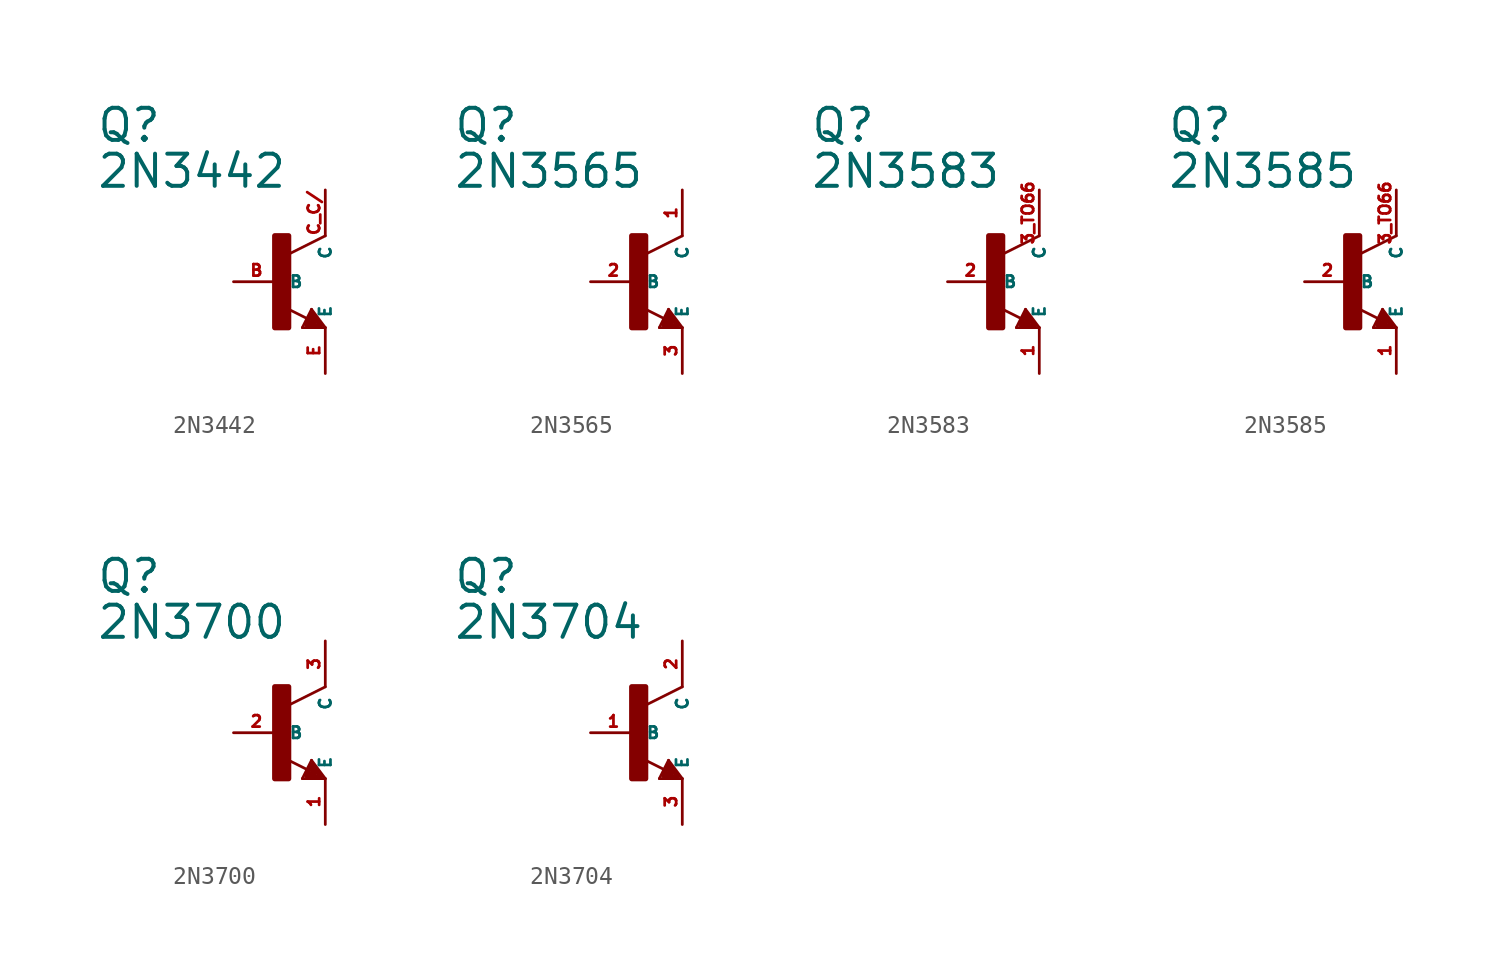
<source format=kicad_sym>
(kicad_symbol_lib
  (version 20220914)
  (generator Eagle2Kicad)
  (symbol "2N3442"
    (property "Reference" "Q"
      (at -10.16 7.62 0)
      (effects (font (size 1.778 1.778) (thickness 0.22)) (justify left bottom)))
    (property "Value" "2N3442"
      (at -10.16 5.08 0)
      (effects (font (size 1.778 1.778) (thickness 0.22)) (justify left bottom)))
    (polyline
      (pts (xy 2.54 2.54) (xy 0.508 1.524))
      (stroke (width 0.152) (type default))
      (fill (type none)))
    (polyline
      (pts (xy 1.778 -1.524) (xy 2.54 -2.54))
      (stroke (width 0.152) (type default))
      (fill (type none)))
    (polyline
      (pts (xy 2.54 -2.54) (xy 1.27 -2.54))
      (stroke (width 0.152) (type default))
      (fill (type none)))
    (polyline
      (pts (xy 1.27 -2.54) (xy 1.778 -1.524))
      (stroke (width 0.152) (type default))
      (fill (type none)))
    (polyline
      (pts (xy 1.54 -2.04) (xy 0.308 -1.424))
      (stroke (width 0.152) (type default))
      (fill (type none)))
    (polyline
      (pts (xy 1.524 -2.413) (xy 2.286 -2.413))
      (stroke (width 0.254) (type default))
      (fill (type none)))
    (polyline
      (pts (xy 2.286 -2.413) (xy 1.778 -1.778))
      (stroke (width 0.254) (type default))
      (fill (type none)))
    (polyline
      (pts (xy 1.778 -1.778) (xy 1.524 -2.286))
      (stroke (width 0.254) (type default))
      (fill (type none)))
    (polyline
      (pts (xy 1.524 -2.286) (xy 1.905 -2.286))
      (stroke (width 0.254) (type default))
      (fill (type none)))
    (polyline
      (pts (xy 1.905 -2.286) (xy 1.778 -2.032))
      (stroke (width 0.254) (type default))
      (fill (type none)))
    (rectangle
      (start -0.254 -2.54)
      (end 0.508 2.54)
      (stroke (width 0.3) (type default))
      (fill (type outline)))
    (pin passive line
      (at -2.54 0 0)
      (length 2.54)
      (name "B" (effects (font (size 0.635 0.635) (thickness 0.08)) (justify left bottom)))
      (number "B" (effects (font (size 0.635 0.635) (thickness 0.08)) (justify left bottom))))
    (pin passive line
      (at 2.54 -5.08 90)
      (length 2.54)
      (name "E" (effects (font (size 0.635 0.635) (thickness 0.08)) (justify left bottom)))
      (number "E" (effects (font (size 0.635 0.635) (thickness 0.08)) (justify left bottom))))
    (pin passive line
      (at 2.54 5.08 270)
      (length 2.54)
      (name "C" (effects (font (size 0.635 0.635) (thickness 0.08)) (justify left bottom)))
      (number "C C/" (effects (font (size 0.635 0.635) (thickness 0.08)) (justify left bottom)))))
  (symbol "2N3565"
    (property "Reference" "Q"
      (at -10.16 7.62 0)
      (effects (font (size 1.778 1.778) (thickness 0.22)) (justify left bottom)))
    (property "Value" "2N3565"
      (at -10.16 5.08 0)
      (effects (font (size 1.778 1.778) (thickness 0.22)) (justify left bottom)))
    (polyline
      (pts (xy 2.54 2.54) (xy 0.508 1.524))
      (stroke (width 0.152) (type default))
      (fill (type none)))
    (polyline
      (pts (xy 1.778 -1.524) (xy 2.54 -2.54))
      (stroke (width 0.152) (type default))
      (fill (type none)))
    (polyline
      (pts (xy 2.54 -2.54) (xy 1.27 -2.54))
      (stroke (width 0.152) (type default))
      (fill (type none)))
    (polyline
      (pts (xy 1.27 -2.54) (xy 1.778 -1.524))
      (stroke (width 0.152) (type default))
      (fill (type none)))
    (polyline
      (pts (xy 1.54 -2.04) (xy 0.308 -1.424))
      (stroke (width 0.152) (type default))
      (fill (type none)))
    (polyline
      (pts (xy 1.524 -2.413) (xy 2.286 -2.413))
      (stroke (width 0.254) (type default))
      (fill (type none)))
    (polyline
      (pts (xy 2.286 -2.413) (xy 1.778 -1.778))
      (stroke (width 0.254) (type default))
      (fill (type none)))
    (polyline
      (pts (xy 1.778 -1.778) (xy 1.524 -2.286))
      (stroke (width 0.254) (type default))
      (fill (type none)))
    (polyline
      (pts (xy 1.524 -2.286) (xy 1.905 -2.286))
      (stroke (width 0.254) (type default))
      (fill (type none)))
    (polyline
      (pts (xy 1.905 -2.286) (xy 1.778 -2.032))
      (stroke (width 0.254) (type default))
      (fill (type none)))
    (rectangle
      (start -0.254 -2.54)
      (end 0.508 2.54)
      (stroke (width 0.3) (type default))
      (fill (type outline)))
    (pin passive line
      (at -2.54 0 0)
      (length 2.54)
      (name "B" (effects (font (size 0.635 0.635) (thickness 0.08)) (justify left bottom)))
      (number "2" (effects (font (size 0.635 0.635) (thickness 0.08)) (justify left bottom))))
    (pin passive line
      (at 2.54 -5.08 90)
      (length 2.54)
      (name "E" (effects (font (size 0.635 0.635) (thickness 0.08)) (justify left bottom)))
      (number "3" (effects (font (size 0.635 0.635) (thickness 0.08)) (justify left bottom))))
    (pin passive line
      (at 2.54 5.08 270)
      (length 2.54)
      (name "C" (effects (font (size 0.635 0.635) (thickness 0.08)) (justify left bottom)))
      (number "1" (effects (font (size 0.635 0.635) (thickness 0.08)) (justify left bottom)))))
  (symbol "2N3583"
    (property "Reference" "Q"
      (at -10.16 7.62 0)
      (effects (font (size 1.778 1.778) (thickness 0.22)) (justify left bottom)))
    (property "Value" "2N3583"
      (at -10.16 5.08 0)
      (effects (font (size 1.778 1.778) (thickness 0.22)) (justify left bottom)))
    (polyline
      (pts (xy 2.54 2.54) (xy 0.508 1.524))
      (stroke (width 0.152) (type default))
      (fill (type none)))
    (polyline
      (pts (xy 1.778 -1.524) (xy 2.54 -2.54))
      (stroke (width 0.152) (type default))
      (fill (type none)))
    (polyline
      (pts (xy 2.54 -2.54) (xy 1.27 -2.54))
      (stroke (width 0.152) (type default))
      (fill (type none)))
    (polyline
      (pts (xy 1.27 -2.54) (xy 1.778 -1.524))
      (stroke (width 0.152) (type default))
      (fill (type none)))
    (polyline
      (pts (xy 1.54 -2.04) (xy 0.308 -1.424))
      (stroke (width 0.152) (type default))
      (fill (type none)))
    (polyline
      (pts (xy 1.524 -2.413) (xy 2.286 -2.413))
      (stroke (width 0.254) (type default))
      (fill (type none)))
    (polyline
      (pts (xy 2.286 -2.413) (xy 1.778 -1.778))
      (stroke (width 0.254) (type default))
      (fill (type none)))
    (polyline
      (pts (xy 1.778 -1.778) (xy 1.524 -2.286))
      (stroke (width 0.254) (type default))
      (fill (type none)))
    (polyline
      (pts (xy 1.524 -2.286) (xy 1.905 -2.286))
      (stroke (width 0.254) (type default))
      (fill (type none)))
    (polyline
      (pts (xy 1.905 -2.286) (xy 1.778 -2.032))
      (stroke (width 0.254) (type default))
      (fill (type none)))
    (rectangle
      (start -0.254 -2.54)
      (end 0.508 2.54)
      (stroke (width 0.3) (type default))
      (fill (type outline)))
    (pin passive line
      (at -2.54 0 0)
      (length 2.54)
      (name "B" (effects (font (size 0.635 0.635) (thickness 0.08)) (justify left bottom)))
      (number "2" (effects (font (size 0.635 0.635) (thickness 0.08)) (justify left bottom))))
    (pin passive line
      (at 2.54 -5.08 90)
      (length 2.54)
      (name "E" (effects (font (size 0.635 0.635) (thickness 0.08)) (justify left bottom)))
      (number "1" (effects (font (size 0.635 0.635) (thickness 0.08)) (justify left bottom))))
    (pin passive line
      (at 2.54 5.08 270)
      (length 2.54)
      (name "C" (effects (font (size 0.635 0.635) (thickness 0.08)) (justify left bottom)))
      (number "3 TO66" (effects (font (size 0.635 0.635) (thickness 0.08)) (justify left bottom)))))
  (symbol "2N3585"
    (property "Reference" "Q"
      (at -10.16 7.62 0)
      (effects (font (size 1.778 1.778) (thickness 0.22)) (justify left bottom)))
    (property "Value" "2N3585"
      (at -10.16 5.08 0)
      (effects (font (size 1.778 1.778) (thickness 0.22)) (justify left bottom)))
    (polyline
      (pts (xy 2.54 2.54) (xy 0.508 1.524))
      (stroke (width 0.152) (type default))
      (fill (type none)))
    (polyline
      (pts (xy 1.778 -1.524) (xy 2.54 -2.54))
      (stroke (width 0.152) (type default))
      (fill (type none)))
    (polyline
      (pts (xy 2.54 -2.54) (xy 1.27 -2.54))
      (stroke (width 0.152) (type default))
      (fill (type none)))
    (polyline
      (pts (xy 1.27 -2.54) (xy 1.778 -1.524))
      (stroke (width 0.152) (type default))
      (fill (type none)))
    (polyline
      (pts (xy 1.54 -2.04) (xy 0.308 -1.424))
      (stroke (width 0.152) (type default))
      (fill (type none)))
    (polyline
      (pts (xy 1.524 -2.413) (xy 2.286 -2.413))
      (stroke (width 0.254) (type default))
      (fill (type none)))
    (polyline
      (pts (xy 2.286 -2.413) (xy 1.778 -1.778))
      (stroke (width 0.254) (type default))
      (fill (type none)))
    (polyline
      (pts (xy 1.778 -1.778) (xy 1.524 -2.286))
      (stroke (width 0.254) (type default))
      (fill (type none)))
    (polyline
      (pts (xy 1.524 -2.286) (xy 1.905 -2.286))
      (stroke (width 0.254) (type default))
      (fill (type none)))
    (polyline
      (pts (xy 1.905 -2.286) (xy 1.778 -2.032))
      (stroke (width 0.254) (type default))
      (fill (type none)))
    (rectangle
      (start -0.254 -2.54)
      (end 0.508 2.54)
      (stroke (width 0.3) (type default))
      (fill (type outline)))
    (pin passive line
      (at -2.54 0 0)
      (length 2.54)
      (name "B" (effects (font (size 0.635 0.635) (thickness 0.08)) (justify left bottom)))
      (number "2" (effects (font (size 0.635 0.635) (thickness 0.08)) (justify left bottom))))
    (pin passive line
      (at 2.54 -5.08 90)
      (length 2.54)
      (name "E" (effects (font (size 0.635 0.635) (thickness 0.08)) (justify left bottom)))
      (number "1" (effects (font (size 0.635 0.635) (thickness 0.08)) (justify left bottom))))
    (pin passive line
      (at 2.54 5.08 270)
      (length 2.54)
      (name "C" (effects (font (size 0.635 0.635) (thickness 0.08)) (justify left bottom)))
      (number "3 TO66" (effects (font (size 0.635 0.635) (thickness 0.08)) (justify left bottom)))))
  (symbol "2N3700"
    (property "Reference" "Q"
      (at -10.16 7.62 0)
      (effects (font (size 1.778 1.778) (thickness 0.22)) (justify left bottom)))
    (property "Value" "2N3700"
      (at -10.16 5.08 0)
      (effects (font (size 1.778 1.778) (thickness 0.22)) (justify left bottom)))
    (polyline
      (pts (xy 2.54 2.54) (xy 0.508 1.524))
      (stroke (width 0.152) (type default))
      (fill (type none)))
    (polyline
      (pts (xy 1.778 -1.524) (xy 2.54 -2.54))
      (stroke (width 0.152) (type default))
      (fill (type none)))
    (polyline
      (pts (xy 2.54 -2.54) (xy 1.27 -2.54))
      (stroke (width 0.152) (type default))
      (fill (type none)))
    (polyline
      (pts (xy 1.27 -2.54) (xy 1.778 -1.524))
      (stroke (width 0.152) (type default))
      (fill (type none)))
    (polyline
      (pts (xy 1.54 -2.04) (xy 0.308 -1.424))
      (stroke (width 0.152) (type default))
      (fill (type none)))
    (polyline
      (pts (xy 1.524 -2.413) (xy 2.286 -2.413))
      (stroke (width 0.254) (type default))
      (fill (type none)))
    (polyline
      (pts (xy 2.286 -2.413) (xy 1.778 -1.778))
      (stroke (width 0.254) (type default))
      (fill (type none)))
    (polyline
      (pts (xy 1.778 -1.778) (xy 1.524 -2.286))
      (stroke (width 0.254) (type default))
      (fill (type none)))
    (polyline
      (pts (xy 1.524 -2.286) (xy 1.905 -2.286))
      (stroke (width 0.254) (type default))
      (fill (type none)))
    (polyline
      (pts (xy 1.905 -2.286) (xy 1.778 -2.032))
      (stroke (width 0.254) (type default))
      (fill (type none)))
    (rectangle
      (start -0.254 -2.54)
      (end 0.508 2.54)
      (stroke (width 0.3) (type default))
      (fill (type outline)))
    (pin passive line
      (at -2.54 0 0)
      (length 2.54)
      (name "B" (effects (font (size 0.635 0.635) (thickness 0.08)) (justify left bottom)))
      (number "2" (effects (font (size 0.635 0.635) (thickness 0.08)) (justify left bottom))))
    (pin passive line
      (at 2.54 -5.08 90)
      (length 2.54)
      (name "E" (effects (font (size 0.635 0.635) (thickness 0.08)) (justify left bottom)))
      (number "1" (effects (font (size 0.635 0.635) (thickness 0.08)) (justify left bottom))))
    (pin passive line
      (at 2.54 5.08 270)
      (length 2.54)
      (name "C" (effects (font (size 0.635 0.635) (thickness 0.08)) (justify left bottom)))
      (number "3" (effects (font (size 0.635 0.635) (thickness 0.08)) (justify left bottom)))))
  (symbol "2N3704"
    (property "Reference" "Q"
      (at -10.16 7.62 0)
      (effects (font (size 1.778 1.778) (thickness 0.22)) (justify left bottom)))
    (property "Value" "2N3704"
      (at -10.16 5.08 0)
      (effects (font (size 1.778 1.778) (thickness 0.22)) (justify left bottom)))
    (polyline
      (pts (xy 2.54 2.54) (xy 0.508 1.524))
      (stroke (width 0.152) (type default))
      (fill (type none)))
    (polyline
      (pts (xy 1.778 -1.524) (xy 2.54 -2.54))
      (stroke (width 0.152) (type default))
      (fill (type none)))
    (polyline
      (pts (xy 2.54 -2.54) (xy 1.27 -2.54))
      (stroke (width 0.152) (type default))
      (fill (type none)))
    (polyline
      (pts (xy 1.27 -2.54) (xy 1.778 -1.524))
      (stroke (width 0.152) (type default))
      (fill (type none)))
    (polyline
      (pts (xy 1.54 -2.04) (xy 0.308 -1.424))
      (stroke (width 0.152) (type default))
      (fill (type none)))
    (polyline
      (pts (xy 1.524 -2.413) (xy 2.286 -2.413))
      (stroke (width 0.254) (type default))
      (fill (type none)))
    (polyline
      (pts (xy 2.286 -2.413) (xy 1.778 -1.778))
      (stroke (width 0.254) (type default))
      (fill (type none)))
    (polyline
      (pts (xy 1.778 -1.778) (xy 1.524 -2.286))
      (stroke (width 0.254) (type default))
      (fill (type none)))
    (polyline
      (pts (xy 1.524 -2.286) (xy 1.905 -2.286))
      (stroke (width 0.254) (type default))
      (fill (type none)))
    (polyline
      (pts (xy 1.905 -2.286) (xy 1.778 -2.032))
      (stroke (width 0.254) (type default))
      (fill (type none)))
    (rectangle
      (start -0.254 -2.54)
      (end 0.508 2.54)
      (stroke (width 0.3) (type default))
      (fill (type outline)))
    (pin passive line
      (at -2.54 0 0)
      (length 2.54)
      (name "B" (effects (font (size 0.635 0.635) (thickness 0.08)) (justify left bottom)))
      (number "1" (effects (font (size 0.635 0.635) (thickness 0.08)) (justify left bottom))))
    (pin passive line
      (at 2.54 -5.08 90)
      (length 2.54)
      (name "E" (effects (font (size 0.635 0.635) (thickness 0.08)) (justify left bottom)))
      (number "3" (effects (font (size 0.635 0.635) (thickness 0.08)) (justify left bottom))))
    (pin passive line
      (at 2.54 5.08 270)
      (length 2.54)
      (name "C" (effects (font (size 0.635 0.635) (thickness 0.08)) (justify left bottom)))
      (number "2" (effects (font (size 0.635 0.635) (thickness 0.08)) (justify left bottom))))))
</source>
